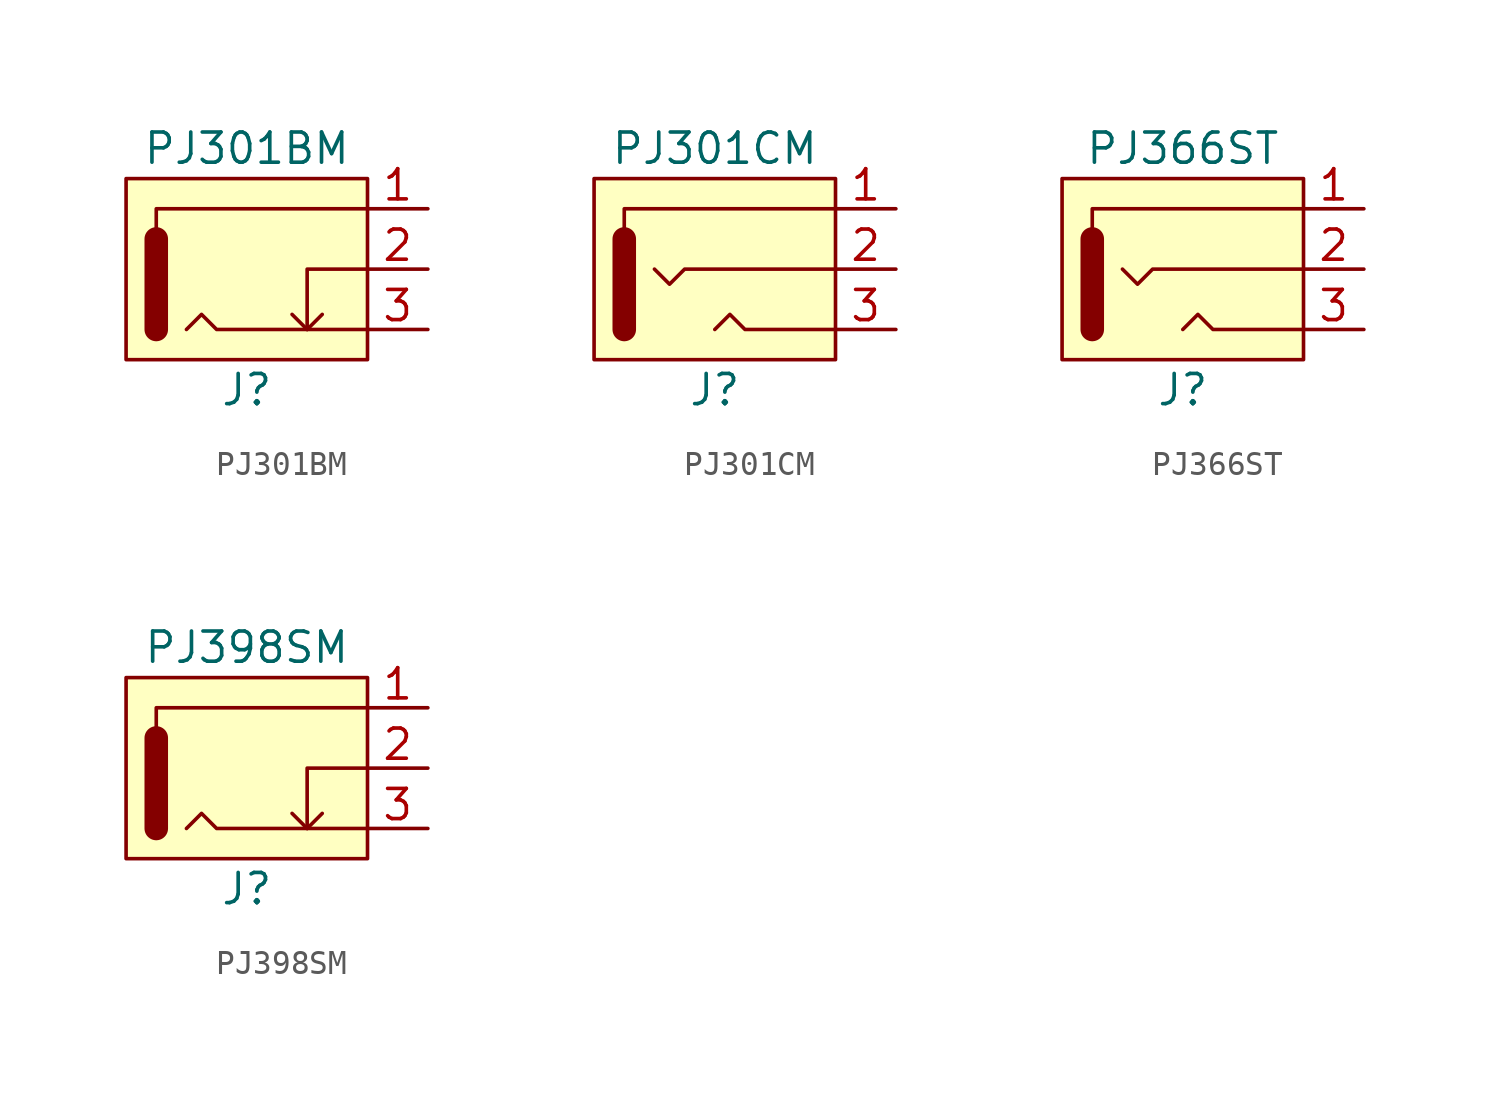
<source format=kicad_sym>
(kicad_symbol_lib
  (version 20220914)
  (generator kicad_symbol_editor)
  (symbol "PJ301BM"
    (pin_names
      (offset 1.016))
    (property "Reference" "J"
      (at -5.08 -5.08 0)
      (effects (font (size 1.27 1.27))))
    (property "Value" "PJ301BM"
      (at -5.08 5.08 0)
      (effects (font (size 1.27 1.27))))
    (symbol "PJ301BM_0_1"
      (rectangle (start -10.16 3.81) (end 0 -3.81) (stroke (width 0) (type solid)) (fill (type background)))
      (polyline (pts (xy -8.89 1.27) (xy -8.89 -2.54)) (stroke (width 0.991) (type solid)) (fill (type none)))
      (polyline (pts (xy -3.175 -1.905) (xy -2.54 -2.54) (xy -1.905 -1.905)) (stroke (width 0) (type solid)) (fill (type none)))
      (polyline (pts (xy 0 0) (xy -2.54 0) (xy -2.54 -2.54)) (stroke (width 0) (type solid)) (fill (type none)))
      (polyline (pts (xy 0 2.54) (xy -8.89 2.54) (xy -8.89 1.27)) (stroke (width 0) (type solid)) (fill (type none)))
      (polyline (pts (xy 0 -2.54) (xy -6.35 -2.54) (xy -6.985 -1.905) (xy -7.62 -2.54)) (stroke (width 0) (type solid)) (fill (type none))))
    (symbol "PJ301BM_1_1"
      (pin passive line (at 2.54 2.54 180) (length 2.54) (name "~" (effects (font (size 1.27 1.27)))) (number "1" (effects (font (size 1.27 1.27)))))
      (pin passive line (at 2.54 0 180) (length 2.54) (name "~" (effects (font (size 1.27 1.27)))) (number "2" (effects (font (size 1.27 1.27)))))
      (pin passive line (at 2.54 -2.54 180) (length 2.54) (name "~" (effects (font (size 1.27 1.27)))) (number "3" (effects (font (size 1.27 1.27)))))))
  (symbol "PJ301CM"
    (pin_names
      (offset 1.016))
    (property "Reference" "J"
      (at -5.08 -5.08 0)
      (effects (font (size 1.27 1.27))))
    (property "Value" "PJ301CM"
      (at -5.08 5.08 0)
      (effects (font (size 1.27 1.27))))
    (symbol "PJ301CM_0_1"
      (rectangle (start -10.16 3.81) (end 0 -3.81) (stroke (width 0) (type solid)) (fill (type background)))
      (polyline (pts (xy -8.89 1.27) (xy -8.89 -2.54)) (stroke (width 0.991) (type solid)) (fill (type none)))
      (polyline (pts (xy 0 2.54) (xy -8.89 2.54) (xy -8.89 1.27)) (stroke (width 0) (type solid)) (fill (type none)))
      (polyline (pts (xy 0 -2.54) (xy -3.81 -2.54) (xy -4.445 -1.905) (xy -5.08 -2.54)) (stroke (width 0) (type solid)) (fill (type none)))
      (polyline (pts (xy 0 0) (xy -6.35 0) (xy -6.985 -0.635) (xy -7.62 0)) (stroke (width 0) (type solid)) (fill (type none))))
    (symbol "PJ301CM_1_1"
      (pin passive line (at 2.54 2.54 180) (length 2.54) (name "~" (effects (font (size 1.27 1.27)))) (number "1" (effects (font (size 1.27 1.27)))))
      (pin passive line (at 2.54 0 180) (length 2.54) (name "~" (effects (font (size 1.27 1.27)))) (number "2" (effects (font (size 1.27 1.27)))))
      (pin passive line (at 2.54 -2.54 180) (length 2.54) (name "~" (effects (font (size 1.27 1.27)))) (number "3" (effects (font (size 1.27 1.27)))))))
  (symbol "PJ366ST"
    (pin_names
      (offset 1.016))
    (property "Reference" "J"
      (at -5.08 -5.08 0)
      (effects (font (size 1.27 1.27))))
    (property "Value" "PJ366ST"
      (at -5.08 5.08 0)
      (effects (font (size 1.27 1.27))))
    (symbol "PJ366ST_0_1"
      (rectangle (start -10.16 3.81) (end 0 -3.81) (stroke (width 0) (type solid)) (fill (type background)))
      (polyline (pts (xy -8.89 1.27) (xy -8.89 -2.54)) (stroke (width 0.991) (type solid)) (fill (type none)))
      (polyline (pts (xy 0 2.54) (xy -8.89 2.54) (xy -8.89 1.27)) (stroke (width 0) (type solid)) (fill (type none)))
      (polyline (pts (xy 0 -2.54) (xy -3.81 -2.54) (xy -4.445 -1.905) (xy -5.08 -2.54)) (stroke (width 0) (type solid)) (fill (type none)))
      (polyline (pts (xy 0 0) (xy -6.35 0) (xy -6.985 -0.635) (xy -7.62 0)) (stroke (width 0) (type solid)) (fill (type none))))
    (symbol "PJ366ST_1_1"
      (pin passive line (at 2.54 2.54 180) (length 2.54) (name "~" (effects (font (size 1.27 1.27)))) (number "1" (effects (font (size 1.27 1.27)))))
      (pin passive line (at 2.54 0 180) (length 2.54) (name "~" (effects (font (size 1.27 1.27)))) (number "2" (effects (font (size 1.27 1.27)))))
      (pin passive line (at 2.54 -2.54 180) (length 2.54) (name "~" (effects (font (size 1.27 1.27)))) (number "3" (effects (font (size 1.27 1.27)))))))
  (symbol "PJ398SM"
    (pin_names
      (offset 1.016))
    (property "Reference" "J"
      (at -5.08 -5.08 0)
      (effects (font (size 1.27 1.27))))
    (property "Value" "PJ398SM"
      (at -5.08 5.08 0)
      (effects (font (size 1.27 1.27))))
    (symbol "PJ398SM_0_1"
      (rectangle (start -10.16 3.81) (end 0 -3.81) (stroke (width 0) (type solid)) (fill (type background)))
      (polyline (pts (xy -8.89 1.27) (xy -8.89 -2.54)) (stroke (width 0.991) (type solid)) (fill (type none)))
      (polyline (pts (xy -3.175 -1.905) (xy -2.54 -2.54) (xy -1.905 -1.905)) (stroke (width 0) (type solid)) (fill (type none)))
      (polyline (pts (xy 0 0) (xy -2.54 0) (xy -2.54 -2.54)) (stroke (width 0) (type solid)) (fill (type none)))
      (polyline (pts (xy 0 2.54) (xy -8.89 2.54) (xy -8.89 1.27)) (stroke (width 0) (type solid)) (fill (type none)))
      (polyline (pts (xy 0 -2.54) (xy -6.35 -2.54) (xy -6.985 -1.905) (xy -7.62 -2.54)) (stroke (width 0) (type solid)) (fill (type none))))
    (symbol "PJ398SM_1_1"
      (pin passive line (at 2.54 2.54 180) (length 2.54) (name "~" (effects (font (size 1.27 1.27)))) (number "1" (effects (font (size 1.27 1.27)))))
      (pin passive line (at 2.54 0 180) (length 2.54) (name "~" (effects (font (size 1.27 1.27)))) (number "2" (effects (font (size 1.27 1.27)))))
      (pin passive line (at 2.54 -2.54 180) (length 2.54) (name "~" (effects (font (size 1.27 1.27)))) (number "3" (effects (font (size 1.27 1.27))))))))
</source>
